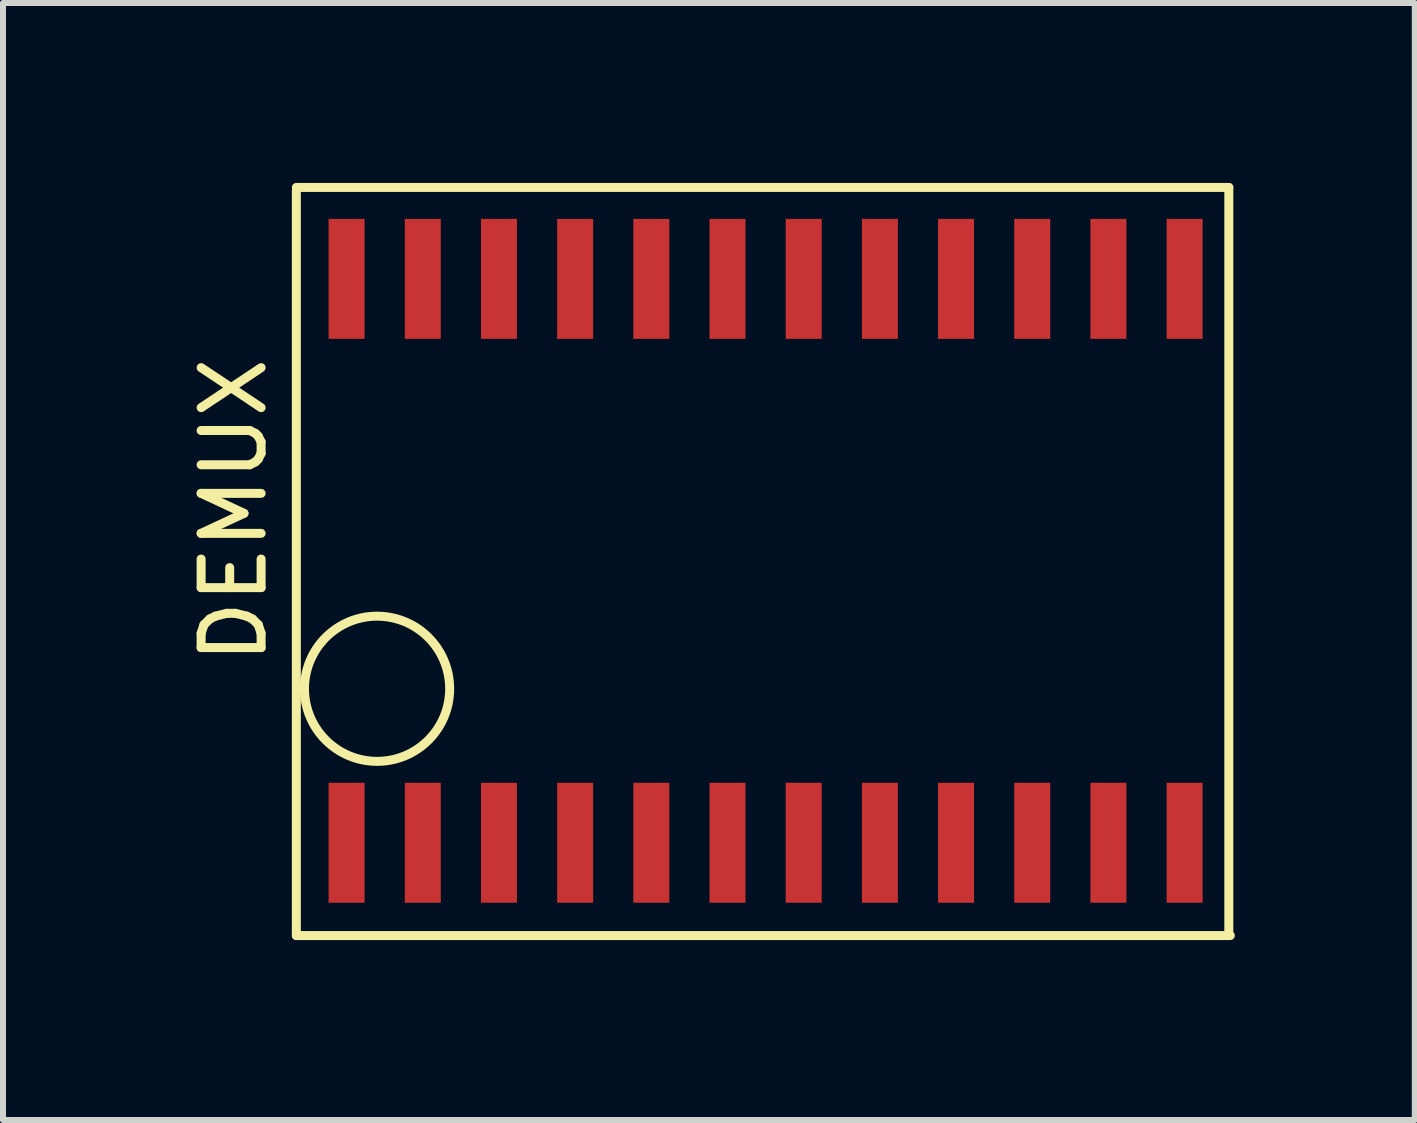
<source format=kicad_pcb>
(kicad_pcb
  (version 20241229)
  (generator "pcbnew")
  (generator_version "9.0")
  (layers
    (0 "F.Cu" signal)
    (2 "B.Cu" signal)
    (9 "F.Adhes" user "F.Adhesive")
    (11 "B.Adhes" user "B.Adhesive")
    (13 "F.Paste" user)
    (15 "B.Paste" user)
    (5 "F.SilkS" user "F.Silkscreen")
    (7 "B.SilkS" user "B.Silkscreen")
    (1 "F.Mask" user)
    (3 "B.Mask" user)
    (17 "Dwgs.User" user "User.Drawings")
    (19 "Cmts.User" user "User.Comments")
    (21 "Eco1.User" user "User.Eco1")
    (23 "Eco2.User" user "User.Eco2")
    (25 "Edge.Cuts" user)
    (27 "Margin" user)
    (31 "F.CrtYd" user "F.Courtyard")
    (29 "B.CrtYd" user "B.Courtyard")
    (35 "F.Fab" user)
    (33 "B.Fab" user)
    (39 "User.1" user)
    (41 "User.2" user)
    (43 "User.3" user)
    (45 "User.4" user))
  (footprint "DEMUX"
    (layer "F.Cu")
    (at 2.728 1.599)
    (property "Reference" "DEMUX" (at -1.88 3.861 90) (layer "F.SilkS") (effects (font (size 1 1) (thickness 0.15))))
    (attr through_hole)
    (fp_line (start -0.838 -1.524) (end 14.707 -1.524) (stroke (width 0.15) (type solid)) (layer "F.SilkS"))
    (fp_line (start -0.838 10.947) (end -0.838 -1.473) (stroke (width 0.15) (type solid)) (layer "F.SilkS"))
    (fp_line (start 14.707 -1.524) (end 14.707 10.922) (stroke (width 0.15) (type solid)) (layer "F.SilkS"))
    (fp_line (start 14.732 10.947) (end -0.838 10.947) (stroke (width 0.15) (type solid)) (layer "F.SilkS"))
    (fp_circle (center 0.508 6.833) (end 1.448 6.071) (stroke (width 0.15) (type solid)) (fill no) (layer "F.SilkS"))
    (pad "1" smd rect (at 0 9.4) (size 0.6 2) (layers "F.Cu" "F.Mask" "F.Paste"))
    (pad "2" smd rect (at 1.27 9.4) (size 0.6 2) (layers "F.Cu" "F.Mask" "F.Paste"))
    (pad "3" smd rect (at 2.54 9.4) (size 0.6 2) (layers "F.Cu" "F.Mask" "F.Paste"))
    (pad "4" smd rect (at 3.81 9.4) (size 0.6 2) (layers "F.Cu" "F.Mask" "F.Paste"))
    (pad "5" smd rect (at 5.08 9.4) (size 0.6 2) (layers "F.Cu" "F.Mask" "F.Paste"))
    (pad "6" smd rect (at 6.35 9.4) (size 0.6 2) (layers "F.Cu" "F.Mask" "F.Paste"))
    (pad "7" smd rect (at 7.62 9.4) (size 0.6 2) (layers "F.Cu" "F.Mask" "F.Paste"))
    (pad "8" smd rect (at 8.89 9.4) (size 0.6 2) (layers "F.Cu" "F.Mask" "F.Paste"))
    (pad "9" smd rect (at 10.16 9.4) (size 0.6 2) (layers "F.Cu" "F.Mask" "F.Paste"))
    (pad "10" smd rect (at 11.43 9.4) (size 0.6 2) (layers "F.Cu" "F.Mask" "F.Paste"))
    (pad "11" smd rect (at 12.7 9.4) (size 0.6 2) (layers "F.Cu" "F.Mask" "F.Paste"))
    (pad "12" smd rect (at 13.97 9.4) (size 0.6 2) (layers "F.Cu" "F.Mask" "F.Paste"))
    (pad "13" smd rect (at 13.97 0) (size 0.6 2) (layers "F.Cu" "F.Mask" "F.Paste"))
    (pad "14" smd rect (at 12.7 0) (size 0.6 2) (layers "F.Cu" "F.Mask" "F.Paste"))
    (pad "15" smd rect (at 11.43 0) (size 0.6 2) (layers "F.Cu" "F.Mask" "F.Paste"))
    (pad "16" smd rect (at 10.16 0) (size 0.6 2) (layers "F.Cu" "F.Mask" "F.Paste"))
    (pad "17" smd rect (at 8.89 0) (size 0.6 2) (layers "F.Cu" "F.Mask" "F.Paste"))
    (pad "18" smd rect (at 7.62 0) (size 0.6 2) (layers "F.Cu" "F.Mask" "F.Paste"))
    (pad "19" smd rect (at 6.35 0) (size 0.6 2) (layers "F.Cu" "F.Mask" "F.Paste"))
    (pad "20" smd rect (at 5.08 0) (size 0.6 2) (layers "F.Cu" "F.Mask" "F.Paste"))
    (pad "21" smd rect (at 3.81 0) (size 0.6 2) (layers "F.Cu" "F.Mask" "F.Paste"))
    (pad "22" smd rect (at 2.54 0) (size 0.6 2) (layers "F.Cu" "F.Mask" "F.Paste"))
    (pad "23" smd rect (at 1.27 0) (size 0.6 2) (layers "F.Cu" "F.Mask" "F.Paste"))
    (pad "24" smd rect (at 0 0) (size 0.6 2) (layers "F.Cu" "F.Mask" "F.Paste")))
  (gr_rect
    (start -3 -3)
    (end 20.535 15.621)
    (stroke (width 0.1) (type default))
    (fill no)
    (layer "Edge.Cuts")))
</source>
